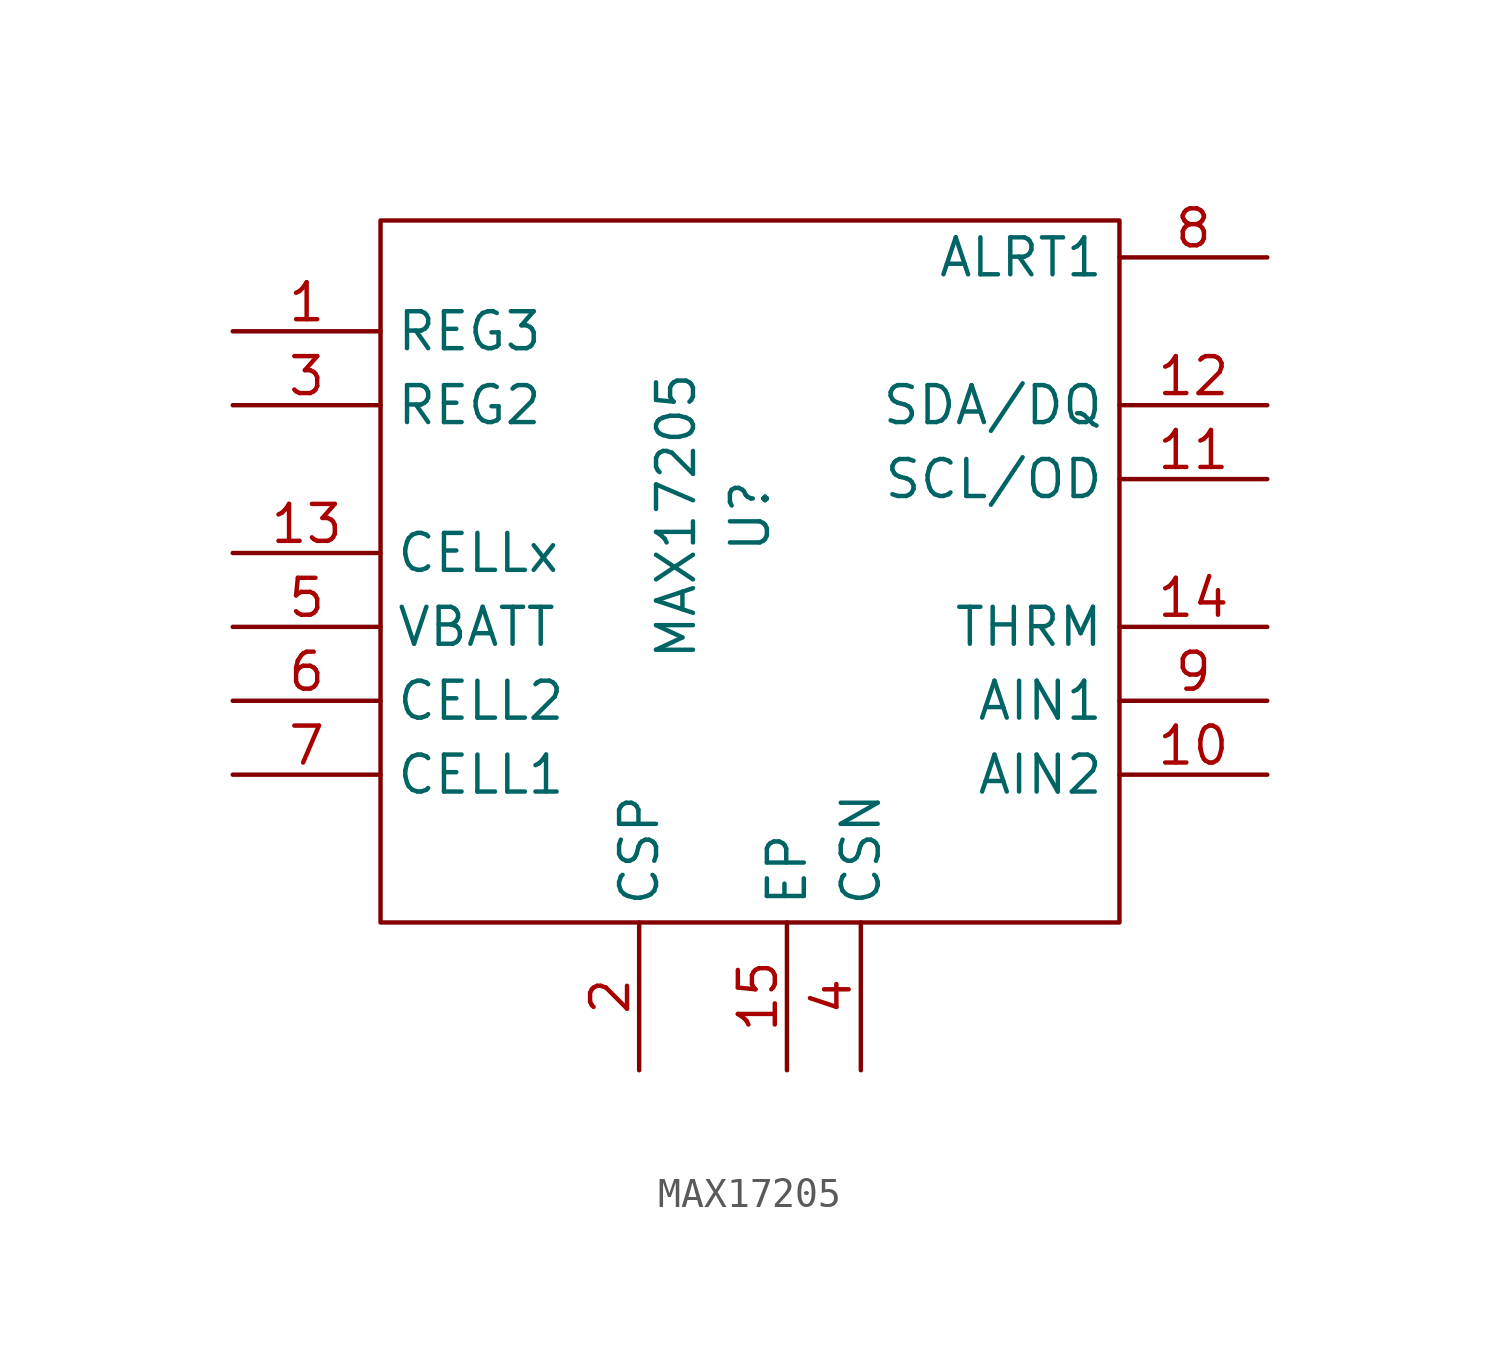
<source format=kicad_sym>
(kicad_symbol_lib
  (version 20211014)
  (generator kicad_symbol_editor)
  (symbol "MAX17205"
    (property "Reference" "U"
      (at 5.08 -10.16 90)
      (effects (font (size 1.27 1.27))))
    (property "Value" "MAX17205"
      (at 2.54 -10.16 90)
      (effects (font (size 1.27 1.27))))
    (symbol "MAX17205_0_1"
      (rectangle (start 17.78 0) (end -7.62 -24.13) (stroke (width 0.152) (type default) (color 0 0 0 0)) (fill (type none))))
    (symbol "MAX17205_1_1"
      (pin power_out line (at -12.7 -3.81 0) (length 5.08) (name "REG3" (effects (font (size 1.27 1.27)))) (number "1" (effects (font (size 1.27 1.27)))))
      (pin input line (at 22.86 -19.05 180) (length 5.08) (name "AIN2" (effects (font (size 1.27 1.27)))) (number "10" (effects (font (size 1.27 1.27)))))
      (pin bidirectional line (at 22.86 -8.89 180) (length 5.08) (name "SCL/OD" (effects (font (size 1.27 1.27)))) (number "11" (effects (font (size 1.27 1.27)))))
      (pin bidirectional line (at 22.86 -6.35 180) (length 5.08) (name "SDA/DQ" (effects (font (size 1.27 1.27)))) (number "12" (effects (font (size 1.27 1.27)))))
      (pin passive line (at -12.7 -11.43 0) (length 5.08) (name "CELLx" (effects (font (size 1.27 1.27)))) (number "13" (effects (font (size 1.27 1.27)))))
      (pin input line (at 22.86 -13.97 180) (length 5.08) (name "THRM" (effects (font (size 1.27 1.27)))) (number "14" (effects (font (size 1.27 1.27)))))
      (pin passive line (at 6.35 -29.21 90) (length 5.08) (name "EP" (effects (font (size 1.27 1.27)))) (number "15" (effects (font (size 1.27 1.27)))))
      (pin input line (at 1.27 -29.21 90) (length 5.08) (name "CSP" (effects (font (size 1.27 1.27)))) (number "2" (effects (font (size 1.27 1.27)))))
      (pin power_out line (at -12.7 -6.35 0) (length 5.08) (name "REG2" (effects (font (size 1.27 1.27)))) (number "3" (effects (font (size 1.27 1.27)))))
      (pin input line (at 8.89 -29.21 90) (length 5.08) (name "CSN" (effects (font (size 1.27 1.27)))) (number "4" (effects (font (size 1.27 1.27)))))
      (pin passive line (at -12.7 -13.97 0) (length 5.08) (name "VBATT" (effects (font (size 1.27 1.27)))) (number "5" (effects (font (size 1.27 1.27)))))
      (pin passive line (at -12.7 -16.51 0) (length 5.08) (name "CELL2" (effects (font (size 1.27 1.27)))) (number "6" (effects (font (size 1.27 1.27)))))
      (pin passive line (at -12.7 -19.05 0) (length 5.08) (name "CELL1" (effects (font (size 1.27 1.27)))) (number "7" (effects (font (size 1.27 1.27)))))
      (pin output line (at 22.86 -1.27 180) (length 5.08) (name "ALRT1" (effects (font (size 1.27 1.27)))) (number "8" (effects (font (size 1.27 1.27)))))
      (pin input line (at 22.86 -16.51 180) (length 5.08) (name "AIN1" (effects (font (size 1.27 1.27)))) (number "9" (effects (font (size 1.27 1.27))))))))
</source>
